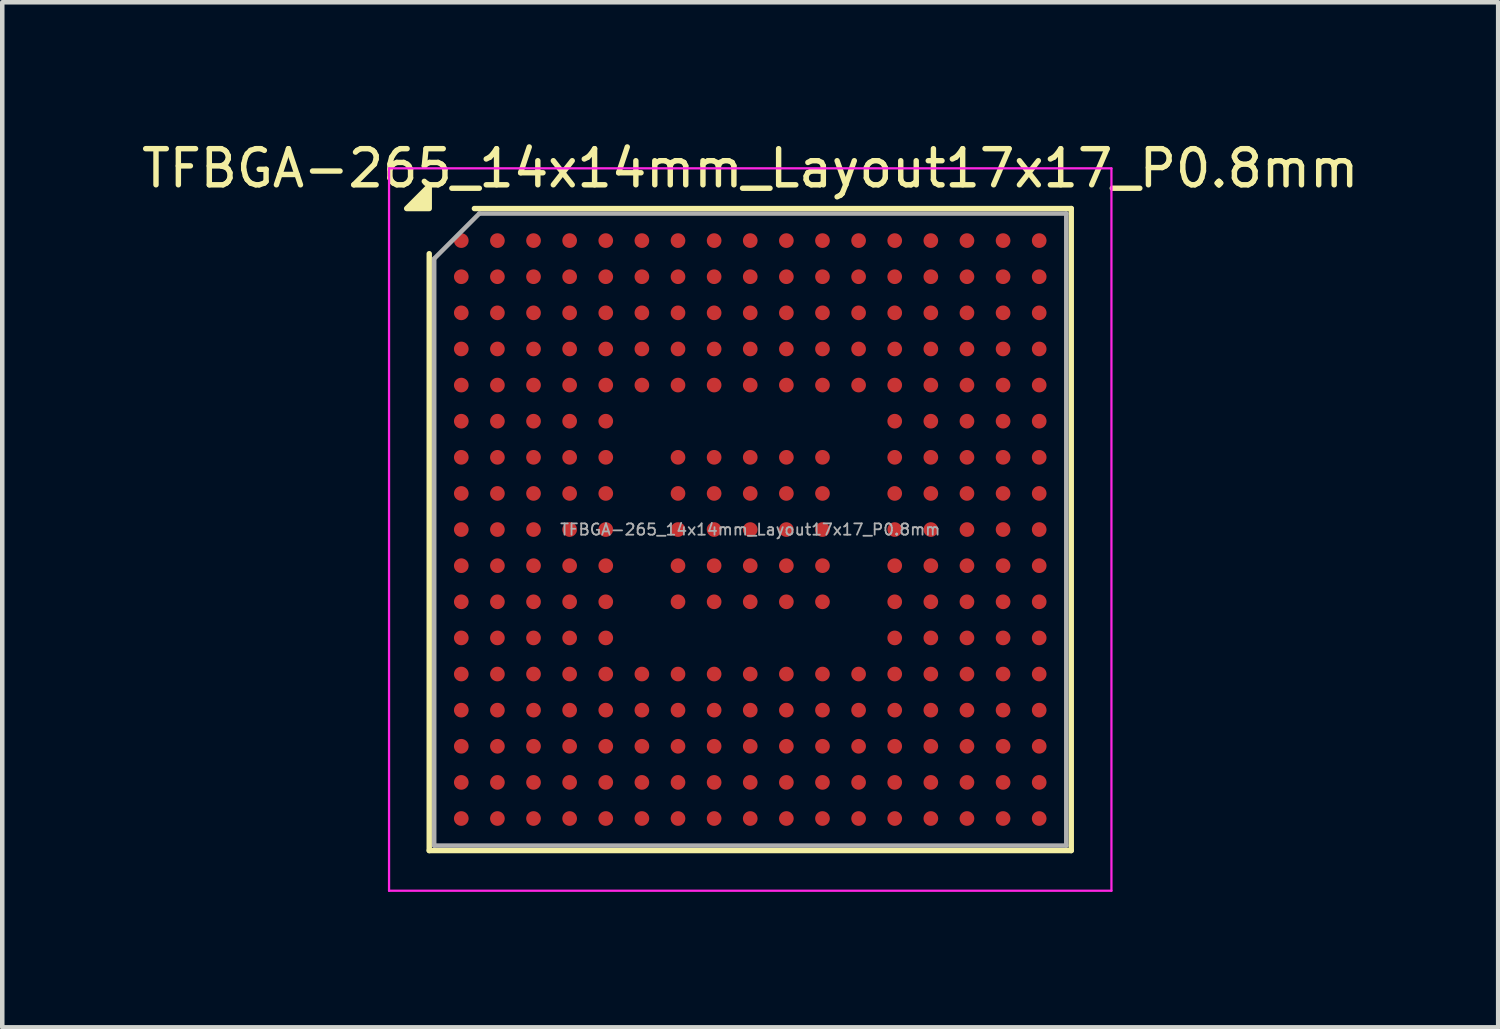
<source format=kicad_pcb>
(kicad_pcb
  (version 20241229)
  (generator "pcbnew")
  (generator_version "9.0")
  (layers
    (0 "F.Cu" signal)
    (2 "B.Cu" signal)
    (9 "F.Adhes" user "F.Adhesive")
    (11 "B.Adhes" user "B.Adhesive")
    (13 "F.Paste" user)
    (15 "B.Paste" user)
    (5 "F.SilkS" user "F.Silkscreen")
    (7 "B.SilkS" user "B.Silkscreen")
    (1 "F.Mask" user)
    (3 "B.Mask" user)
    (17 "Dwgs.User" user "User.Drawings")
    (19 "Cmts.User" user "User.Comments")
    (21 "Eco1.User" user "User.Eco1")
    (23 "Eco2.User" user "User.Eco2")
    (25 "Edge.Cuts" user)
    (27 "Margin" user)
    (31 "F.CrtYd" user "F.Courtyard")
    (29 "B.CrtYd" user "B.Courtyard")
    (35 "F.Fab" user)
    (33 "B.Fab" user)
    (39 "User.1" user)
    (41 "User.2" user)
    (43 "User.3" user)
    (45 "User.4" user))
  (footprint "TFBGA-265_14x14mm_Layout17x17_P0.8mm"
    (layer "F.Cu")
    (at 13.567 8.679)
    (property "Reference" "TFBGA-265_14x14mm_Layout17x17_P0.8mm" (at 0 -8 0) (layer "F.SilkS") (effects (font (size 0.8 0.8) (thickness 0.12))))
    (attr smd)
    (fp_line (start -7.11 7.11) (end -7.11 -6.11) (stroke (width 0.12) (type solid)) (layer "F.SilkS"))
    (fp_line (start -6.11 -7.11) (end 7.11 -7.11) (stroke (width 0.12) (type solid)) (layer "F.SilkS"))
    (fp_line (start 7.11 -7.11) (end 7.11 7.11) (stroke (width 0.12) (type solid)) (layer "F.SilkS"))
    (fp_line (start 7.11 7.11) (end -7.11 7.11) (stroke (width 0.12) (type solid)) (layer "F.SilkS"))
    (fp_poly (pts (xy -7.11 -7.11) (xy -7.61 -7.11) (xy -7.11 -7.61) (xy -7.11 -7.11)) (stroke (width 0.12) (type solid)) (fill yes) (layer "F.SilkS"))
    (fp_line (start -8 -8) (end -8 8) (stroke (width 0.05) (type solid)) (layer "F.CrtYd"))
    (fp_line (start -8 8) (end 8 8) (stroke (width 0.05) (type solid)) (layer "F.CrtYd"))
    (fp_line (start 8 -8) (end -8 -8) (stroke (width 0.05) (type solid)) (layer "F.CrtYd"))
    (fp_line (start 8 8) (end 8 -8) (stroke (width 0.05) (type solid)) (layer "F.CrtYd"))
    (fp_line (start -7 -6) (end -6 -7) (stroke (width 0.1) (type solid)) (layer "F.Fab"))
    (fp_line (start -7 7) (end -7 -6) (stroke (width 0.1) (type solid)) (layer "F.Fab"))
    (fp_line (start -6 -7) (end 7 -7) (stroke (width 0.1) (type solid)) (layer "F.Fab"))
    (fp_line (start 7 -7) (end 7 7) (stroke (width 0.1) (type solid)) (layer "F.Fab"))
    (fp_line (start 7 7) (end -7 7) (stroke (width 0.1) (type solid)) (layer "F.Fab"))
    (fp_text user "${REFERENCE}" (at 0 0 0) (layer "F.Fab") (effects (font (size 0.25 0.25) (thickness 0.04))))
    (pad "A1" smd circle (at -6.4 -6.4) (size 0.325 0.325) (property pad_prop_bga) (layers "F.Cu" "F.Mask" "F.Paste"))
    (pad "A2" smd circle (at -5.6 -6.4) (size 0.325 0.325) (property pad_prop_bga) (layers "F.Cu" "F.Mask" "F.Paste"))
    (pad "A3" smd circle (at -4.8 -6.4) (size 0.325 0.325) (property pad_prop_bga) (layers "F.Cu" "F.Mask" "F.Paste"))
    (pad "A4" smd circle (at -4 -6.4) (size 0.325 0.325) (property pad_prop_bga) (layers "F.Cu" "F.Mask" "F.Paste"))
    (pad "A5" smd circle (at -3.2 -6.4) (size 0.325 0.325) (property pad_prop_bga) (layers "F.Cu" "F.Mask" "F.Paste"))
    (pad "A6" smd circle (at -2.4 -6.4) (size 0.325 0.325) (property pad_prop_bga) (layers "F.Cu" "F.Mask" "F.Paste"))
    (pad "A7" smd circle (at -1.6 -6.4) (size 0.325 0.325) (property pad_prop_bga) (layers "F.Cu" "F.Mask" "F.Paste"))
    (pad "A8" smd circle (at -0.8 -6.4) (size 0.325 0.325) (property pad_prop_bga) (layers "F.Cu" "F.Mask" "F.Paste"))
    (pad "A9" smd circle (at 0 -6.4) (size 0.325 0.325) (property pad_prop_bga) (layers "F.Cu" "F.Mask" "F.Paste"))
    (pad "A10" smd circle (at 0.8 -6.4) (size 0.325 0.325) (property pad_prop_bga) (layers "F.Cu" "F.Mask" "F.Paste"))
    (pad "A11" smd circle (at 1.6 -6.4) (size 0.325 0.325) (property pad_prop_bga) (layers "F.Cu" "F.Mask" "F.Paste"))
    (pad "A12" smd circle (at 2.4 -6.4) (size 0.325 0.325) (property pad_prop_bga) (layers "F.Cu" "F.Mask" "F.Paste"))
    (pad "A13" smd circle (at 3.2 -6.4) (size 0.325 0.325) (property pad_prop_bga) (layers "F.Cu" "F.Mask" "F.Paste"))
    (pad "A14" smd circle (at 4 -6.4) (size 0.325 0.325) (property pad_prop_bga) (layers "F.Cu" "F.Mask" "F.Paste"))
    (pad "A15" smd circle (at 4.8 -6.4) (size 0.325 0.325) (property pad_prop_bga) (layers "F.Cu" "F.Mask" "F.Paste"))
    (pad "A16" smd circle (at 5.6 -6.4) (size 0.325 0.325) (property pad_prop_bga) (layers "F.Cu" "F.Mask" "F.Paste"))
    (pad "A17" smd circle (at 6.4 -6.4) (size 0.325 0.325) (property pad_prop_bga) (layers "F.Cu" "F.Mask" "F.Paste"))
    (pad "B1" smd circle (at -6.4 -5.6) (size 0.325 0.325) (property pad_prop_bga) (layers "F.Cu" "F.Mask" "F.Paste"))
    (pad "B2" smd circle (at -5.6 -5.6) (size 0.325 0.325) (property pad_prop_bga) (layers "F.Cu" "F.Mask" "F.Paste"))
    (pad "B3" smd circle (at -4.8 -5.6) (size 0.325 0.325) (property pad_prop_bga) (layers "F.Cu" "F.Mask" "F.Paste"))
    (pad "B4" smd circle (at -4 -5.6) (size 0.325 0.325) (property pad_prop_bga) (layers "F.Cu" "F.Mask" "F.Paste"))
    (pad "B5" smd circle (at -3.2 -5.6) (size 0.325 0.325) (property pad_prop_bga) (layers "F.Cu" "F.Mask" "F.Paste"))
    (pad "B6" smd circle (at -2.4 -5.6) (size 0.325 0.325) (property pad_prop_bga) (layers "F.Cu" "F.Mask" "F.Paste"))
    (pad "B7" smd circle (at -1.6 -5.6) (size 0.325 0.325) (property pad_prop_bga) (layers "F.Cu" "F.Mask" "F.Paste"))
    (pad "B8" smd circle (at -0.8 -5.6) (size 0.325 0.325) (property pad_prop_bga) (layers "F.Cu" "F.Mask" "F.Paste"))
    (pad "B9" smd circle (at 0 -5.6) (size 0.325 0.325) (property pad_prop_bga) (layers "F.Cu" "F.Mask" "F.Paste"))
    (pad "B10" smd circle (at 0.8 -5.6) (size 0.325 0.325) (property pad_prop_bga) (layers "F.Cu" "F.Mask" "F.Paste"))
    (pad "B11" smd circle (at 1.6 -5.6) (size 0.325 0.325) (property pad_prop_bga) (layers "F.Cu" "F.Mask" "F.Paste"))
    (pad "B12" smd circle (at 2.4 -5.6) (size 0.325 0.325) (property pad_prop_bga) (layers "F.Cu" "F.Mask" "F.Paste"))
    (pad "B13" smd circle (at 3.2 -5.6) (size 0.325 0.325) (property pad_prop_bga) (layers "F.Cu" "F.Mask" "F.Paste"))
    (pad "B14" smd circle (at 4 -5.6) (size 0.325 0.325) (property pad_prop_bga) (layers "F.Cu" "F.Mask" "F.Paste"))
    (pad "B15" smd circle (at 4.8 -5.6) (size 0.325 0.325) (property pad_prop_bga) (layers "F.Cu" "F.Mask" "F.Paste"))
    (pad "B16" smd circle (at 5.6 -5.6) (size 0.325 0.325) (property pad_prop_bga) (layers "F.Cu" "F.Mask" "F.Paste"))
    (pad "B17" smd circle (at 6.4 -5.6) (size 0.325 0.325) (property pad_prop_bga) (layers "F.Cu" "F.Mask" "F.Paste"))
    (pad "C1" smd circle (at -6.4 -4.8) (size 0.325 0.325) (property pad_prop_bga) (layers "F.Cu" "F.Mask" "F.Paste"))
    (pad "C2" smd circle (at -5.6 -4.8) (size 0.325 0.325) (property pad_prop_bga) (layers "F.Cu" "F.Mask" "F.Paste"))
    (pad "C3" smd circle (at -4.8 -4.8) (size 0.325 0.325) (property pad_prop_bga) (layers "F.Cu" "F.Mask" "F.Paste"))
    (pad "C4" smd circle (at -4 -4.8) (size 0.325 0.325) (property pad_prop_bga) (layers "F.Cu" "F.Mask" "F.Paste"))
    (pad "C5" smd circle (at -3.2 -4.8) (size 0.325 0.325) (property pad_prop_bga) (layers "F.Cu" "F.Mask" "F.Paste"))
    (pad "C6" smd circle (at -2.4 -4.8) (size 0.325 0.325) (property pad_prop_bga) (layers "F.Cu" "F.Mask" "F.Paste"))
    (pad "C7" smd circle (at -1.6 -4.8) (size 0.325 0.325) (property pad_prop_bga) (layers "F.Cu" "F.Mask" "F.Paste"))
    (pad "C8" smd circle (at -0.8 -4.8) (size 0.325 0.325) (property pad_prop_bga) (layers "F.Cu" "F.Mask" "F.Paste"))
    (pad "C9" smd circle (at 0 -4.8) (size 0.325 0.325) (property pad_prop_bga) (layers "F.Cu" "F.Mask" "F.Paste"))
    (pad "C10" smd circle (at 0.8 -4.8) (size 0.325 0.325) (property pad_prop_bga) (layers "F.Cu" "F.Mask" "F.Paste"))
    (pad "C11" smd circle (at 1.6 -4.8) (size 0.325 0.325) (property pad_prop_bga) (layers "F.Cu" "F.Mask" "F.Paste"))
    (pad "C12" smd circle (at 2.4 -4.8) (size 0.325 0.325) (property pad_prop_bga) (layers "F.Cu" "F.Mask" "F.Paste"))
    (pad "C13" smd circle (at 3.2 -4.8) (size 0.325 0.325) (property pad_prop_bga) (layers "F.Cu" "F.Mask" "F.Paste"))
    (pad "C14" smd circle (at 4 -4.8) (size 0.325 0.325) (property pad_prop_bga) (layers "F.Cu" "F.Mask" "F.Paste"))
    (pad "C15" smd circle (at 4.8 -4.8) (size 0.325 0.325) (property pad_prop_bga) (layers "F.Cu" "F.Mask" "F.Paste"))
    (pad "C16" smd circle (at 5.6 -4.8) (size 0.325 0.325) (property pad_prop_bga) (layers "F.Cu" "F.Mask" "F.Paste"))
    (pad "C17" smd circle (at 6.4 -4.8) (size 0.325 0.325) (property pad_prop_bga) (layers "F.Cu" "F.Mask" "F.Paste"))
    (pad "D1" smd circle (at -6.4 -4) (size 0.325 0.325) (property pad_prop_bga) (layers "F.Cu" "F.Mask" "F.Paste"))
    (pad "D2" smd circle (at -5.6 -4) (size 0.325 0.325) (property pad_prop_bga) (layers "F.Cu" "F.Mask" "F.Paste"))
    (pad "D3" smd circle (at -4.8 -4) (size 0.325 0.325) (property pad_prop_bga) (layers "F.Cu" "F.Mask" "F.Paste"))
    (pad "D4" smd circle (at -4 -4) (size 0.325 0.325) (property pad_prop_bga) (layers "F.Cu" "F.Mask" "F.Paste"))
    (pad "D5" smd circle (at -3.2 -4) (size 0.325 0.325) (property pad_prop_bga) (layers "F.Cu" "F.Mask" "F.Paste"))
    (pad "D6" smd circle (at -2.4 -4) (size 0.325 0.325) (property pad_prop_bga) (layers "F.Cu" "F.Mask" "F.Paste"))
    (pad "D7" smd circle (at -1.6 -4) (size 0.325 0.325) (property pad_prop_bga) (layers "F.Cu" "F.Mask" "F.Paste"))
    (pad "D8" smd circle (at -0.8 -4) (size 0.325 0.325) (property pad_prop_bga) (layers "F.Cu" "F.Mask" "F.Paste"))
    (pad "D9" smd circle (at 0 -4) (size 0.325 0.325) (property pad_prop_bga) (layers "F.Cu" "F.Mask" "F.Paste"))
    (pad "D10" smd circle (at 0.8 -4) (size 0.325 0.325) (property pad_prop_bga) (layers "F.Cu" "F.Mask" "F.Paste"))
    (pad "D11" smd circle (at 1.6 -4) (size 0.325 0.325) (property pad_prop_bga) (layers "F.Cu" "F.Mask" "F.Paste"))
    (pad "D12" smd circle (at 2.4 -4) (size 0.325 0.325) (property pad_prop_bga) (layers "F.Cu" "F.Mask" "F.Paste"))
    (pad "D13" smd circle (at 3.2 -4) (size 0.325 0.325) (property pad_prop_bga) (layers "F.Cu" "F.Mask" "F.Paste"))
    (pad "D14" smd circle (at 4 -4) (size 0.325 0.325) (property pad_prop_bga) (layers "F.Cu" "F.Mask" "F.Paste"))
    (pad "D15" smd circle (at 4.8 -4) (size 0.325 0.325) (property pad_prop_bga) (layers "F.Cu" "F.Mask" "F.Paste"))
    (pad "D16" smd circle (at 5.6 -4) (size 0.325 0.325) (property pad_prop_bga) (layers "F.Cu" "F.Mask" "F.Paste"))
    (pad "D17" smd circle (at 6.4 -4) (size 0.325 0.325) (property pad_prop_bga) (layers "F.Cu" "F.Mask" "F.Paste"))
    (pad "E1" smd circle (at -6.4 -3.2) (size 0.325 0.325) (property pad_prop_bga) (layers "F.Cu" "F.Mask" "F.Paste"))
    (pad "E2" smd circle (at -5.6 -3.2) (size 0.325 0.325) (property pad_prop_bga) (layers "F.Cu" "F.Mask" "F.Paste"))
    (pad "E3" smd circle (at -4.8 -3.2) (size 0.325 0.325) (property pad_prop_bga) (layers "F.Cu" "F.Mask" "F.Paste"))
    (pad "E4" smd circle (at -4 -3.2) (size 0.325 0.325) (property pad_prop_bga) (layers "F.Cu" "F.Mask" "F.Paste"))
    (pad "E5" smd circle (at -3.2 -3.2) (size 0.325 0.325) (property pad_prop_bga) (layers "F.Cu" "F.Mask" "F.Paste"))
    (pad "E6" smd circle (at -2.4 -3.2) (size 0.325 0.325) (property pad_prop_bga) (layers "F.Cu" "F.Mask" "F.Paste"))
    (pad "E7" smd circle (at -1.6 -3.2) (size 0.325 0.325) (property pad_prop_bga) (layers "F.Cu" "F.Mask" "F.Paste"))
    (pad "E8" smd circle (at -0.8 -3.2) (size 0.325 0.325) (property pad_prop_bga) (layers "F.Cu" "F.Mask" "F.Paste"))
    (pad "E9" smd circle (at 0 -3.2) (size 0.325 0.325) (property pad_prop_bga) (layers "F.Cu" "F.Mask" "F.Paste"))
    (pad "E10" smd circle (at 0.8 -3.2) (size 0.325 0.325) (property pad_prop_bga) (layers "F.Cu" "F.Mask" "F.Paste"))
    (pad "E11" smd circle (at 1.6 -3.2) (size 0.325 0.325) (property pad_prop_bga) (layers "F.Cu" "F.Mask" "F.Paste"))
    (pad "E12" smd circle (at 2.4 -3.2) (size 0.325 0.325) (property pad_prop_bga) (layers "F.Cu" "F.Mask" "F.Paste"))
    (pad "E13" smd circle (at 3.2 -3.2) (size 0.325 0.325) (property pad_prop_bga) (layers "F.Cu" "F.Mask" "F.Paste"))
    (pad "E14" smd circle (at 4 -3.2) (size 0.325 0.325) (property pad_prop_bga) (layers "F.Cu" "F.Mask" "F.Paste"))
    (pad "E15" smd circle (at 4.8 -3.2) (size 0.325 0.325) (property pad_prop_bga) (layers "F.Cu" "F.Mask" "F.Paste"))
    (pad "E16" smd circle (at 5.6 -3.2) (size 0.325 0.325) (property pad_prop_bga) (layers "F.Cu" "F.Mask" "F.Paste"))
    (pad "E17" smd circle (at 6.4 -3.2) (size 0.325 0.325) (property pad_prop_bga) (layers "F.Cu" "F.Mask" "F.Paste"))
    (pad "F1" smd circle (at -6.4 -2.4) (size 0.325 0.325) (property pad_prop_bga) (layers "F.Cu" "F.Mask" "F.Paste"))
    (pad "F2" smd circle (at -5.6 -2.4) (size 0.325 0.325) (property pad_prop_bga) (layers "F.Cu" "F.Mask" "F.Paste"))
    (pad "F3" smd circle (at -4.8 -2.4) (size 0.325 0.325) (property pad_prop_bga) (layers "F.Cu" "F.Mask" "F.Paste"))
    (pad "F4" smd circle (at -4 -2.4) (size 0.325 0.325) (property pad_prop_bga) (layers "F.Cu" "F.Mask" "F.Paste"))
    (pad "F5" smd circle (at -3.2 -2.4) (size 0.325 0.325) (property pad_prop_bga) (layers "F.Cu" "F.Mask" "F.Paste"))
    (pad "F13" smd circle (at 3.2 -2.4) (size 0.325 0.325) (property pad_prop_bga) (layers "F.Cu" "F.Mask" "F.Paste"))
    (pad "F14" smd circle (at 4 -2.4) (size 0.325 0.325) (property pad_prop_bga) (layers "F.Cu" "F.Mask" "F.Paste"))
    (pad "F15" smd circle (at 4.8 -2.4) (size 0.325 0.325) (property pad_prop_bga) (layers "F.Cu" "F.Mask" "F.Paste"))
    (pad "F16" smd circle (at 5.6 -2.4) (size 0.325 0.325) (property pad_prop_bga) (layers "F.Cu" "F.Mask" "F.Paste"))
    (pad "F17" smd circle (at 6.4 -2.4) (size 0.325 0.325) (property pad_prop_bga) (layers "F.Cu" "F.Mask" "F.Paste"))
    (pad "G1" smd circle (at -6.4 -1.6) (size 0.325 0.325) (property pad_prop_bga) (layers "F.Cu" "F.Mask" "F.Paste"))
    (pad "G2" smd circle (at -5.6 -1.6) (size 0.325 0.325) (property pad_prop_bga) (layers "F.Cu" "F.Mask" "F.Paste"))
    (pad "G3" smd circle (at -4.8 -1.6) (size 0.325 0.325) (property pad_prop_bga) (layers "F.Cu" "F.Mask" "F.Paste"))
    (pad "G4" smd circle (at -4 -1.6) (size 0.325 0.325) (property pad_prop_bga) (layers "F.Cu" "F.Mask" "F.Paste"))
    (pad "G5" smd circle (at -3.2 -1.6) (size 0.325 0.325) (property pad_prop_bga) (layers "F.Cu" "F.Mask" "F.Paste"))
    (pad "G7" smd circle (at -1.6 -1.6) (size 0.325 0.325) (property pad_prop_bga) (layers "F.Cu" "F.Mask" "F.Paste"))
    (pad "G8" smd circle (at -0.8 -1.6) (size 0.325 0.325) (property pad_prop_bga) (layers "F.Cu" "F.Mask" "F.Paste"))
    (pad "G9" smd circle (at 0 -1.6) (size 0.325 0.325) (property pad_prop_bga) (layers "F.Cu" "F.Mask" "F.Paste"))
    (pad "G10" smd circle (at 0.8 -1.6) (size 0.325 0.325) (property pad_prop_bga) (layers "F.Cu" "F.Mask" "F.Paste"))
    (pad "G11" smd circle (at 1.6 -1.6) (size 0.325 0.325) (property pad_prop_bga) (layers "F.Cu" "F.Mask" "F.Paste"))
    (pad "G13" smd circle (at 3.2 -1.6) (size 0.325 0.325) (property pad_prop_bga) (layers "F.Cu" "F.Mask" "F.Paste"))
    (pad "G14" smd circle (at 4 -1.6) (size 0.325 0.325) (property pad_prop_bga) (layers "F.Cu" "F.Mask" "F.Paste"))
    (pad "G15" smd circle (at 4.8 -1.6) (size 0.325 0.325) (property pad_prop_bga) (layers "F.Cu" "F.Mask" "F.Paste"))
    (pad "G16" smd circle (at 5.6 -1.6) (size 0.325 0.325) (property pad_prop_bga) (layers "F.Cu" "F.Mask" "F.Paste"))
    (pad "G17" smd circle (at 6.4 -1.6) (size 0.325 0.325) (property pad_prop_bga) (layers "F.Cu" "F.Mask" "F.Paste"))
    (pad "H1" smd circle (at -6.4 -0.8) (size 0.325 0.325) (property pad_prop_bga) (layers "F.Cu" "F.Mask" "F.Paste"))
    (pad "H2" smd circle (at -5.6 -0.8) (size 0.325 0.325) (property pad_prop_bga) (layers "F.Cu" "F.Mask" "F.Paste"))
    (pad "H3" smd circle (at -4.8 -0.8) (size 0.325 0.325) (property pad_prop_bga) (layers "F.Cu" "F.Mask" "F.Paste"))
    (pad "H4" smd circle (at -4 -0.8) (size 0.325 0.325) (property pad_prop_bga) (layers "F.Cu" "F.Mask" "F.Paste"))
    (pad "H5" smd circle (at -3.2 -0.8) (size 0.325 0.325) (property pad_prop_bga) (layers "F.Cu" "F.Mask" "F.Paste"))
    (pad "H7" smd circle (at -1.6 -0.8) (size 0.325 0.325) (property pad_prop_bga) (layers "F.Cu" "F.Mask" "F.Paste"))
    (pad "H8" smd circle (at -0.8 -0.8) (size 0.325 0.325) (property pad_prop_bga) (layers "F.Cu" "F.Mask" "F.Paste"))
    (pad "H9" smd circle (at 0 -0.8) (size 0.325 0.325) (property pad_prop_bga) (layers "F.Cu" "F.Mask" "F.Paste"))
    (pad "H10" smd circle (at 0.8 -0.8) (size 0.325 0.325) (property pad_prop_bga) (layers "F.Cu" "F.Mask" "F.Paste"))
    (pad "H11" smd circle (at 1.6 -0.8) (size 0.325 0.325) (property pad_prop_bga) (layers "F.Cu" "F.Mask" "F.Paste"))
    (pad "H13" smd circle (at 3.2 -0.8) (size 0.325 0.325) (property pad_prop_bga) (layers "F.Cu" "F.Mask" "F.Paste"))
    (pad "H14" smd circle (at 4 -0.8) (size 0.325 0.325) (property pad_prop_bga) (layers "F.Cu" "F.Mask" "F.Paste"))
    (pad "H15" smd circle (at 4.8 -0.8) (size 0.325 0.325) (property pad_prop_bga) (layers "F.Cu" "F.Mask" "F.Paste"))
    (pad "H16" smd circle (at 5.6 -0.8) (size 0.325 0.325) (property pad_prop_bga) (layers "F.Cu" "F.Mask" "F.Paste"))
    (pad "H17" smd circle (at 6.4 -0.8) (size 0.325 0.325) (property pad_prop_bga) (layers "F.Cu" "F.Mask" "F.Paste"))
    (pad "J1" smd circle (at -6.4 0) (size 0.325 0.325) (property pad_prop_bga) (layers "F.Cu" "F.Mask" "F.Paste"))
    (pad "J2" smd circle (at -5.6 0) (size 0.325 0.325) (property pad_prop_bga) (layers "F.Cu" "F.Mask" "F.Paste"))
    (pad "J3" smd circle (at -4.8 0) (size 0.325 0.325) (property pad_prop_bga) (layers "F.Cu" "F.Mask" "F.Paste"))
    (pad "J4" smd circle (at -4 0) (size 0.325 0.325) (property pad_prop_bga) (layers "F.Cu" "F.Mask" "F.Paste"))
    (pad "J5" smd circle (at -3.2 0) (size 0.325 0.325) (property pad_prop_bga) (layers "F.Cu" "F.Mask" "F.Paste"))
    (pad "J7" smd circle (at -1.6 0) (size 0.325 0.325) (property pad_prop_bga) (layers "F.Cu" "F.Mask" "F.Paste"))
    (pad "J8" smd circle (at -0.8 0) (size 0.325 0.325) (property pad_prop_bga) (layers "F.Cu" "F.Mask" "F.Paste"))
    (pad "J9" smd circle (at 0 0) (size 0.325 0.325) (property pad_prop_bga) (layers "F.Cu" "F.Mask" "F.Paste"))
    (pad "J10" smd circle (at 0.8 0) (size 0.325 0.325) (property pad_prop_bga) (layers "F.Cu" "F.Mask" "F.Paste"))
    (pad "J11" smd circle (at 1.6 0) (size 0.325 0.325) (property pad_prop_bga) (layers "F.Cu" "F.Mask" "F.Paste"))
    (pad "J13" smd circle (at 3.2 0) (size 0.325 0.325) (property pad_prop_bga) (layers "F.Cu" "F.Mask" "F.Paste"))
    (pad "J14" smd circle (at 4 0) (size 0.325 0.325) (property pad_prop_bga) (layers "F.Cu" "F.Mask" "F.Paste"))
    (pad "J15" smd circle (at 4.8 0) (size 0.325 0.325) (property pad_prop_bga) (layers "F.Cu" "F.Mask" "F.Paste"))
    (pad "J16" smd circle (at 5.6 0) (size 0.325 0.325) (property pad_prop_bga) (layers "F.Cu" "F.Mask" "F.Paste"))
    (pad "J17" smd circle (at 6.4 0) (size 0.325 0.325) (property pad_prop_bga) (layers "F.Cu" "F.Mask" "F.Paste"))
    (pad "K1" smd circle (at -6.4 0.8) (size 0.325 0.325) (property pad_prop_bga) (layers "F.Cu" "F.Mask" "F.Paste"))
    (pad "K2" smd circle (at -5.6 0.8) (size 0.325 0.325) (property pad_prop_bga) (layers "F.Cu" "F.Mask" "F.Paste"))
    (pad "K3" smd circle (at -4.8 0.8) (size 0.325 0.325) (property pad_prop_bga) (layers "F.Cu" "F.Mask" "F.Paste"))
    (pad "K4" smd circle (at -4 0.8) (size 0.325 0.325) (property pad_prop_bga) (layers "F.Cu" "F.Mask" "F.Paste"))
    (pad "K5" smd circle (at -3.2 0.8) (size 0.325 0.325) (property pad_prop_bga) (layers "F.Cu" "F.Mask" "F.Paste"))
    (pad "K7" smd circle (at -1.6 0.8) (size 0.325 0.325) (property pad_prop_bga) (layers "F.Cu" "F.Mask" "F.Paste"))
    (pad "K8" smd circle (at -0.8 0.8) (size 0.325 0.325) (property pad_prop_bga) (layers "F.Cu" "F.Mask" "F.Paste"))
    (pad "K9" smd circle (at 0 0.8) (size 0.325 0.325) (property pad_prop_bga) (layers "F.Cu" "F.Mask" "F.Paste"))
    (pad "K10" smd circle (at 0.8 0.8) (size 0.325 0.325) (property pad_prop_bga) (layers "F.Cu" "F.Mask" "F.Paste"))
    (pad "K11" smd circle (at 1.6 0.8) (size 0.325 0.325) (property pad_prop_bga) (layers "F.Cu" "F.Mask" "F.Paste"))
    (pad "K13" smd circle (at 3.2 0.8) (size 0.325 0.325) (property pad_prop_bga) (layers "F.Cu" "F.Mask" "F.Paste"))
    (pad "K14" smd circle (at 4 0.8) (size 0.325 0.325) (property pad_prop_bga) (layers "F.Cu" "F.Mask" "F.Paste"))
    (pad "K15" smd circle (at 4.8 0.8) (size 0.325 0.325) (property pad_prop_bga) (layers "F.Cu" "F.Mask" "F.Paste"))
    (pad "K16" smd circle (at 5.6 0.8) (size 0.325 0.325) (property pad_prop_bga) (layers "F.Cu" "F.Mask" "F.Paste"))
    (pad "K17" smd circle (at 6.4 0.8) (size 0.325 0.325) (property pad_prop_bga) (layers "F.Cu" "F.Mask" "F.Paste"))
    (pad "L1" smd circle (at -6.4 1.6) (size 0.325 0.325) (property pad_prop_bga) (layers "F.Cu" "F.Mask" "F.Paste"))
    (pad "L2" smd circle (at -5.6 1.6) (size 0.325 0.325) (property pad_prop_bga) (layers "F.Cu" "F.Mask" "F.Paste"))
    (pad "L3" smd circle (at -4.8 1.6) (size 0.325 0.325) (property pad_prop_bga) (layers "F.Cu" "F.Mask" "F.Paste"))
    (pad "L4" smd circle (at -4 1.6) (size 0.325 0.325) (property pad_prop_bga) (layers "F.Cu" "F.Mask" "F.Paste"))
    (pad "L5" smd circle (at -3.2 1.6) (size 0.325 0.325) (property pad_prop_bga) (layers "F.Cu" "F.Mask" "F.Paste"))
    (pad "L7" smd circle (at -1.6 1.6) (size 0.325 0.325) (property pad_prop_bga) (layers "F.Cu" "F.Mask" "F.Paste"))
    (pad "L8" smd circle (at -0.8 1.6) (size 0.325 0.325) (property pad_prop_bga) (layers "F.Cu" "F.Mask" "F.Paste"))
    (pad "L9" smd circle (at 0 1.6) (size 0.325 0.325) (property pad_prop_bga) (layers "F.Cu" "F.Mask" "F.Paste"))
    (pad "L10" smd circle (at 0.8 1.6) (size 0.325 0.325) (property pad_prop_bga) (layers "F.Cu" "F.Mask" "F.Paste"))
    (pad "L11" smd circle (at 1.6 1.6) (size 0.325 0.325) (property pad_prop_bga) (layers "F.Cu" "F.Mask" "F.Paste"))
    (pad "L13" smd circle (at 3.2 1.6) (size 0.325 0.325) (property pad_prop_bga) (layers "F.Cu" "F.Mask" "F.Paste"))
    (pad "L14" smd circle (at 4 1.6) (size 0.325 0.325) (property pad_prop_bga) (layers "F.Cu" "F.Mask" "F.Paste"))
    (pad "L15" smd circle (at 4.8 1.6) (size 0.325 0.325) (property pad_prop_bga) (layers "F.Cu" "F.Mask" "F.Paste"))
    (pad "L16" smd circle (at 5.6 1.6) (size 0.325 0.325) (property pad_prop_bga) (layers "F.Cu" "F.Mask" "F.Paste"))
    (pad "L17" smd circle (at 6.4 1.6) (size 0.325 0.325) (property pad_prop_bga) (layers "F.Cu" "F.Mask" "F.Paste"))
    (pad "M1" smd circle (at -6.4 2.4) (size 0.325 0.325) (property pad_prop_bga) (layers "F.Cu" "F.Mask" "F.Paste"))
    (pad "M2" smd circle (at -5.6 2.4) (size 0.325 0.325) (property pad_prop_bga) (layers "F.Cu" "F.Mask" "F.Paste"))
    (pad "M3" smd circle (at -4.8 2.4) (size 0.325 0.325) (property pad_prop_bga) (layers "F.Cu" "F.Mask" "F.Paste"))
    (pad "M4" smd circle (at -4 2.4) (size 0.325 0.325) (property pad_prop_bga) (layers "F.Cu" "F.Mask" "F.Paste"))
    (pad "M5" smd circle (at -3.2 2.4) (size 0.325 0.325) (property pad_prop_bga) (layers "F.Cu" "F.Mask" "F.Paste"))
    (pad "M13" smd circle (at 3.2 2.4) (size 0.325 0.325) (property pad_prop_bga) (layers "F.Cu" "F.Mask" "F.Paste"))
    (pad "M14" smd circle (at 4 2.4) (size 0.325 0.325) (property pad_prop_bga) (layers "F.Cu" "F.Mask" "F.Paste"))
    (pad "M15" smd circle (at 4.8 2.4) (size 0.325 0.325) (property pad_prop_bga) (layers "F.Cu" "F.Mask" "F.Paste"))
    (pad "M16" smd circle (at 5.6 2.4) (size 0.325 0.325) (property pad_prop_bga) (layers "F.Cu" "F.Mask" "F.Paste"))
    (pad "M17" smd circle (at 6.4 2.4) (size 0.325 0.325) (property pad_prop_bga) (layers "F.Cu" "F.Mask" "F.Paste"))
    (pad "N1" smd circle (at -6.4 3.2) (size 0.325 0.325) (property pad_prop_bga) (layers "F.Cu" "F.Mask" "F.Paste"))
    (pad "N2" smd circle (at -5.6 3.2) (size 0.325 0.325) (property pad_prop_bga) (layers "F.Cu" "F.Mask" "F.Paste"))
    (pad "N3" smd circle (at -4.8 3.2) (size 0.325 0.325) (property pad_prop_bga) (layers "F.Cu" "F.Mask" "F.Paste"))
    (pad "N4" smd circle (at -4 3.2) (size 0.325 0.325) (property pad_prop_bga) (layers "F.Cu" "F.Mask" "F.Paste"))
    (pad "N5" smd circle (at -3.2 3.2) (size 0.325 0.325) (property pad_prop_bga) (layers "F.Cu" "F.Mask" "F.Paste"))
    (pad "N6" smd circle (at -2.4 3.2) (size 0.325 0.325) (property pad_prop_bga) (layers "F.Cu" "F.Mask" "F.Paste"))
    (pad "N7" smd circle (at -1.6 3.2) (size 0.325 0.325) (property pad_prop_bga) (layers "F.Cu" "F.Mask" "F.Paste"))
    (pad "N8" smd circle (at -0.8 3.2) (size 0.325 0.325) (property pad_prop_bga) (layers "F.Cu" "F.Mask" "F.Paste"))
    (pad "N9" smd circle (at 0 3.2) (size 0.325 0.325) (property pad_prop_bga) (layers "F.Cu" "F.Mask" "F.Paste"))
    (pad "N10" smd circle (at 0.8 3.2) (size 0.325 0.325) (property pad_prop_bga) (layers "F.Cu" "F.Mask" "F.Paste"))
    (pad "N11" smd circle (at 1.6 3.2) (size 0.325 0.325) (property pad_prop_bga) (layers "F.Cu" "F.Mask" "F.Paste"))
    (pad "N12" smd circle (at 2.4 3.2) (size 0.325 0.325) (property pad_prop_bga) (layers "F.Cu" "F.Mask" "F.Paste"))
    (pad "N13" smd circle (at 3.2 3.2) (size 0.325 0.325) (property pad_prop_bga) (layers "F.Cu" "F.Mask" "F.Paste"))
    (pad "N14" smd circle (at 4 3.2) (size 0.325 0.325) (property pad_prop_bga) (layers "F.Cu" "F.Mask" "F.Paste"))
    (pad "N15" smd circle (at 4.8 3.2) (size 0.325 0.325) (property pad_prop_bga) (layers "F.Cu" "F.Mask" "F.Paste"))
    (pad "N16" smd circle (at 5.6 3.2) (size 0.325 0.325) (property pad_prop_bga) (layers "F.Cu" "F.Mask" "F.Paste"))
    (pad "N17" smd circle (at 6.4 3.2) (size 0.325 0.325) (property pad_prop_bga) (layers "F.Cu" "F.Mask" "F.Paste"))
    (pad "P1" smd circle (at -6.4 4) (size 0.325 0.325) (property pad_prop_bga) (layers "F.Cu" "F.Mask" "F.Paste"))
    (pad "P2" smd circle (at -5.6 4) (size 0.325 0.325) (property pad_prop_bga) (layers "F.Cu" "F.Mask" "F.Paste"))
    (pad "P3" smd circle (at -4.8 4) (size 0.325 0.325) (property pad_prop_bga) (layers "F.Cu" "F.Mask" "F.Paste"))
    (pad "P4" smd circle (at -4 4) (size 0.325 0.325) (property pad_prop_bga) (layers "F.Cu" "F.Mask" "F.Paste"))
    (pad "P5" smd circle (at -3.2 4) (size 0.325 0.325) (property pad_prop_bga) (layers "F.Cu" "F.Mask" "F.Paste"))
    (pad "P6" smd circle (at -2.4 4) (size 0.325 0.325) (property pad_prop_bga) (layers "F.Cu" "F.Mask" "F.Paste"))
    (pad "P7" smd circle (at -1.6 4) (size 0.325 0.325) (property pad_prop_bga) (layers "F.Cu" "F.Mask" "F.Paste"))
    (pad "P8" smd circle (at -0.8 4) (size 0.325 0.325) (property pad_prop_bga) (layers "F.Cu" "F.Mask" "F.Paste"))
    (pad "P9" smd circle (at 0 4) (size 0.325 0.325) (property pad_prop_bga) (layers "F.Cu" "F.Mask" "F.Paste"))
    (pad "P10" smd circle (at 0.8 4) (size 0.325 0.325) (property pad_prop_bga) (layers "F.Cu" "F.Mask" "F.Paste"))
    (pad "P11" smd circle (at 1.6 4) (size 0.325 0.325) (property pad_prop_bga) (layers "F.Cu" "F.Mask" "F.Paste"))
    (pad "P12" smd circle (at 2.4 4) (size 0.325 0.325) (property pad_prop_bga) (layers "F.Cu" "F.Mask" "F.Paste"))
    (pad "P13" smd circle (at 3.2 4) (size 0.325 0.325) (property pad_prop_bga) (layers "F.Cu" "F.Mask" "F.Paste"))
    (pad "P14" smd circle (at 4 4) (size 0.325 0.325) (property pad_prop_bga) (layers "F.Cu" "F.Mask" "F.Paste"))
    (pad "P15" smd circle (at 4.8 4) (size 0.325 0.325) (property pad_prop_bga) (layers "F.Cu" "F.Mask" "F.Paste"))
    (pad "P16" smd circle (at 5.6 4) (size 0.325 0.325) (property pad_prop_bga) (layers "F.Cu" "F.Mask" "F.Paste"))
    (pad "P17" smd circle (at 6.4 4) (size 0.325 0.325) (property pad_prop_bga) (layers "F.Cu" "F.Mask" "F.Paste"))
    (pad "R1" smd circle (at -6.4 4.8) (size 0.325 0.325) (property pad_prop_bga) (layers "F.Cu" "F.Mask" "F.Paste"))
    (pad "R2" smd circle (at -5.6 4.8) (size 0.325 0.325) (property pad_prop_bga) (layers "F.Cu" "F.Mask" "F.Paste"))
    (pad "R3" smd circle (at -4.8 4.8) (size 0.325 0.325) (property pad_prop_bga) (layers "F.Cu" "F.Mask" "F.Paste"))
    (pad "R4" smd circle (at -4 4.8) (size 0.325 0.325) (property pad_prop_bga) (layers "F.Cu" "F.Mask" "F.Paste"))
    (pad "R5" smd circle (at -3.2 4.8) (size 0.325 0.325) (property pad_prop_bga) (layers "F.Cu" "F.Mask" "F.Paste"))
    (pad "R6" smd circle (at -2.4 4.8) (size 0.325 0.325) (property pad_prop_bga) (layers "F.Cu" "F.Mask" "F.Paste"))
    (pad "R7" smd circle (at -1.6 4.8) (size 0.325 0.325) (property pad_prop_bga) (layers "F.Cu" "F.Mask" "F.Paste"))
    (pad "R8" smd circle (at -0.8 4.8) (size 0.325 0.325) (property pad_prop_bga) (layers "F.Cu" "F.Mask" "F.Paste"))
    (pad "R9" smd circle (at 0 4.8) (size 0.325 0.325) (property pad_prop_bga) (layers "F.Cu" "F.Mask" "F.Paste"))
    (pad "R10" smd circle (at 0.8 4.8) (size 0.325 0.325) (property pad_prop_bga) (layers "F.Cu" "F.Mask" "F.Paste"))
    (pad "R11" smd circle (at 1.6 4.8) (size 0.325 0.325) (property pad_prop_bga) (layers "F.Cu" "F.Mask" "F.Paste"))
    (pad "R12" smd circle (at 2.4 4.8) (size 0.325 0.325) (property pad_prop_bga) (layers "F.Cu" "F.Mask" "F.Paste"))
    (pad "R13" smd circle (at 3.2 4.8) (size 0.325 0.325) (property pad_prop_bga) (layers "F.Cu" "F.Mask" "F.Paste"))
    (pad "R14" smd circle (at 4 4.8) (size 0.325 0.325) (property pad_prop_bga) (layers "F.Cu" "F.Mask" "F.Paste"))
    (pad "R15" smd circle (at 4.8 4.8) (size 0.325 0.325) (property pad_prop_bga) (layers "F.Cu" "F.Mask" "F.Paste"))
    (pad "R16" smd circle (at 5.6 4.8) (size 0.325 0.325) (property pad_prop_bga) (layers "F.Cu" "F.Mask" "F.Paste"))
    (pad "R17" smd circle (at 6.4 4.8) (size 0.325 0.325) (property pad_prop_bga) (layers "F.Cu" "F.Mask" "F.Paste"))
    (pad "T1" smd circle (at -6.4 5.6) (size 0.325 0.325) (property pad_prop_bga) (layers "F.Cu" "F.Mask" "F.Paste"))
    (pad "T2" smd circle (at -5.6 5.6) (size 0.325 0.325) (property pad_prop_bga) (layers "F.Cu" "F.Mask" "F.Paste"))
    (pad "T3" smd circle (at -4.8 5.6) (size 0.325 0.325) (property pad_prop_bga) (layers "F.Cu" "F.Mask" "F.Paste"))
    (pad "T4" smd circle (at -4 5.6) (size 0.325 0.325) (property pad_prop_bga) (layers "F.Cu" "F.Mask" "F.Paste"))
    (pad "T5" smd circle (at -3.2 5.6) (size 0.325 0.325) (property pad_prop_bga) (layers "F.Cu" "F.Mask" "F.Paste"))
    (pad "T6" smd circle (at -2.4 5.6) (size 0.325 0.325) (property pad_prop_bga) (layers "F.Cu" "F.Mask" "F.Paste"))
    (pad "T7" smd circle (at -1.6 5.6) (size 0.325 0.325) (property pad_prop_bga) (layers "F.Cu" "F.Mask" "F.Paste"))
    (pad "T8" smd circle (at -0.8 5.6) (size 0.325 0.325) (property pad_prop_bga) (layers "F.Cu" "F.Mask" "F.Paste"))
    (pad "T9" smd circle (at 0 5.6) (size 0.325 0.325) (property pad_prop_bga) (layers "F.Cu" "F.Mask" "F.Paste"))
    (pad "T10" smd circle (at 0.8 5.6) (size 0.325 0.325) (property pad_prop_bga) (layers "F.Cu" "F.Mask" "F.Paste"))
    (pad "T11" smd circle (at 1.6 5.6) (size 0.325 0.325) (property pad_prop_bga) (layers "F.Cu" "F.Mask" "F.Paste"))
    (pad "T12" smd circle (at 2.4 5.6) (size 0.325 0.325) (property pad_prop_bga) (layers "F.Cu" "F.Mask" "F.Paste"))
    (pad "T13" smd circle (at 3.2 5.6) (size 0.325 0.325) (property pad_prop_bga) (layers "F.Cu" "F.Mask" "F.Paste"))
    (pad "T14" smd circle (at 4 5.6) (size 0.325 0.325) (property pad_prop_bga) (layers "F.Cu" "F.Mask" "F.Paste"))
    (pad "T15" smd circle (at 4.8 5.6) (size 0.325 0.325) (property pad_prop_bga) (layers "F.Cu" "F.Mask" "F.Paste"))
    (pad "T16" smd circle (at 5.6 5.6) (size 0.325 0.325) (property pad_prop_bga) (layers "F.Cu" "F.Mask" "F.Paste"))
    (pad "T17" smd circle (at 6.4 5.6) (size 0.325 0.325) (property pad_prop_bga) (layers "F.Cu" "F.Mask" "F.Paste"))
    (pad "U1" smd circle (at -6.4 6.4) (size 0.325 0.325) (property pad_prop_bga) (layers "F.Cu" "F.Mask" "F.Paste"))
    (pad "U2" smd circle (at -5.6 6.4) (size 0.325 0.325) (property pad_prop_bga) (layers "F.Cu" "F.Mask" "F.Paste"))
    (pad "U3" smd circle (at -4.8 6.4) (size 0.325 0.325) (property pad_prop_bga) (layers "F.Cu" "F.Mask" "F.Paste"))
    (pad "U4" smd circle (at -4 6.4) (size 0.325 0.325) (property pad_prop_bga) (layers "F.Cu" "F.Mask" "F.Paste"))
    (pad "U5" smd circle (at -3.2 6.4) (size 0.325 0.325) (property pad_prop_bga) (layers "F.Cu" "F.Mask" "F.Paste"))
    (pad "U6" smd circle (at -2.4 6.4) (size 0.325 0.325) (property pad_prop_bga) (layers "F.Cu" "F.Mask" "F.Paste"))
    (pad "U7" smd circle (at -1.6 6.4) (size 0.325 0.325) (property pad_prop_bga) (layers "F.Cu" "F.Mask" "F.Paste"))
    (pad "U8" smd circle (at -0.8 6.4) (size 0.325 0.325) (property pad_prop_bga) (layers "F.Cu" "F.Mask" "F.Paste"))
    (pad "U9" smd circle (at 0 6.4) (size 0.325 0.325) (property pad_prop_bga) (layers "F.Cu" "F.Mask" "F.Paste"))
    (pad "U10" smd circle (at 0.8 6.4) (size 0.325 0.325) (property pad_prop_bga) (layers "F.Cu" "F.Mask" "F.Paste"))
    (pad "U11" smd circle (at 1.6 6.4) (size 0.325 0.325) (property pad_prop_bga) (layers "F.Cu" "F.Mask" "F.Paste"))
    (pad "U12" smd circle (at 2.4 6.4) (size 0.325 0.325) (property pad_prop_bga) (layers "F.Cu" "F.Mask" "F.Paste"))
    (pad "U13" smd circle (at 3.2 6.4) (size 0.325 0.325) (property pad_prop_bga) (layers "F.Cu" "F.Mask" "F.Paste"))
    (pad "U14" smd circle (at 4 6.4) (size 0.325 0.325) (property pad_prop_bga) (layers "F.Cu" "F.Mask" "F.Paste"))
    (pad "U15" smd circle (at 4.8 6.4) (size 0.325 0.325) (property pad_prop_bga) (layers "F.Cu" "F.Mask" "F.Paste"))
    (pad "U16" smd circle (at 5.6 6.4) (size 0.325 0.325) (property pad_prop_bga) (layers "F.Cu" "F.Mask" "F.Paste"))
    (pad "U17" smd circle (at 6.4 6.4) (size 0.325 0.325) (property pad_prop_bga) (layers "F.Cu" "F.Mask" "F.Paste")))
  (gr_rect
    (start -3 -3)
    (end 30.133 19.704)
    (stroke (width 0.1) (type default))
    (fill no)
    (layer "Edge.Cuts")))
</source>
